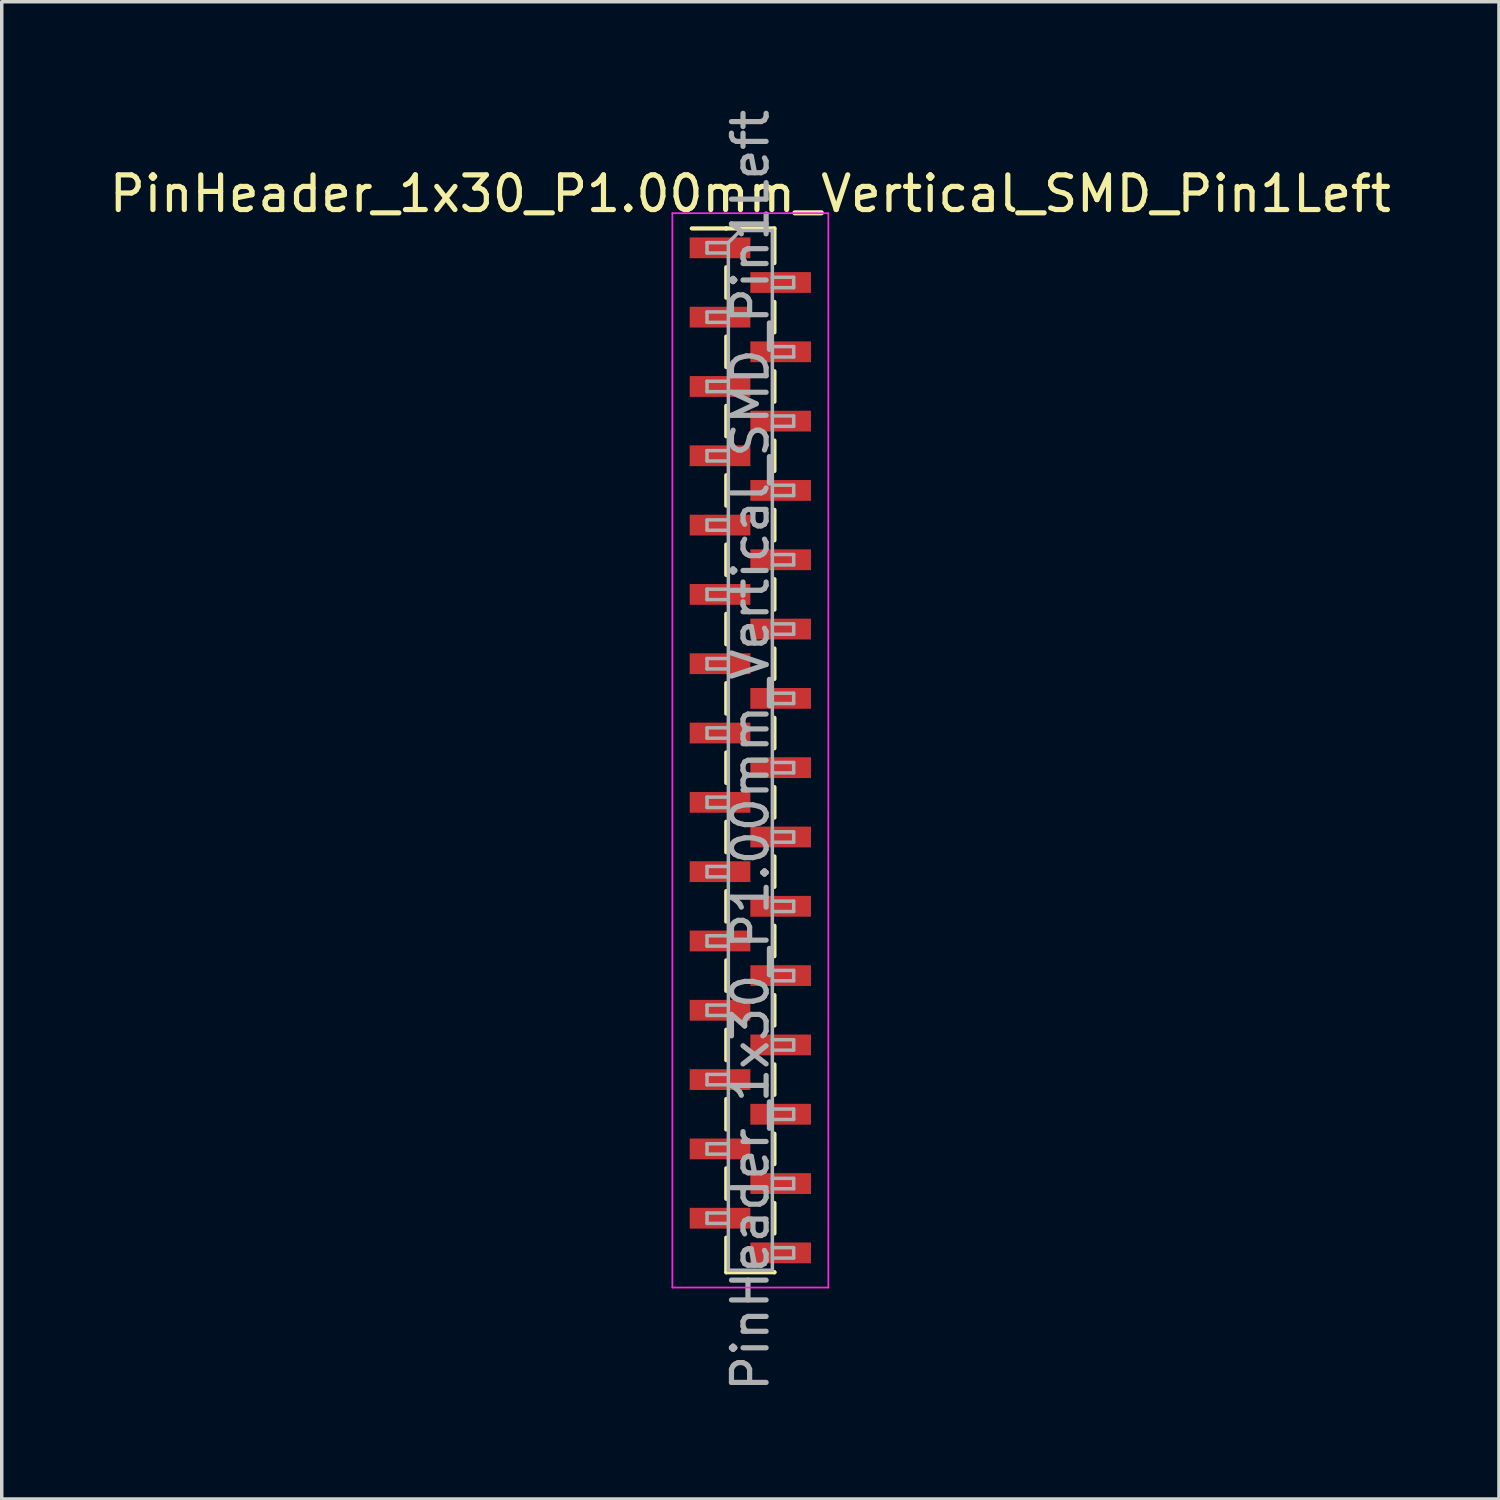
<source format=kicad_pcb>
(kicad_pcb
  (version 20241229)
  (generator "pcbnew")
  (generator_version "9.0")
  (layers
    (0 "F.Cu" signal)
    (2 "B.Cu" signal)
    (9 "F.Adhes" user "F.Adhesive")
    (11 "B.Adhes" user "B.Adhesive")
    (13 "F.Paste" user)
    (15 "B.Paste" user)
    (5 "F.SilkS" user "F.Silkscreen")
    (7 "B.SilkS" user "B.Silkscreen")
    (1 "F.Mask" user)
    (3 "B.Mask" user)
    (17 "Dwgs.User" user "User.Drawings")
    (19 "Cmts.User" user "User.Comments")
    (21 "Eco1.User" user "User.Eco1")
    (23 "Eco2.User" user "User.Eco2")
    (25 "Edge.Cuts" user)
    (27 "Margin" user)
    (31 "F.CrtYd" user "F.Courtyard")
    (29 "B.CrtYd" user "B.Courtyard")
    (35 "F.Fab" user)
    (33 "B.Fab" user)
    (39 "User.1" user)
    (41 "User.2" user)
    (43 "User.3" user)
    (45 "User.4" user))
  (footprint "PinHeader_1x30_P1.00mm_Vertical_SMD_Pin1Left"
    (layer "F.Cu")
    (at 18.601 18.601)
    (property "Reference" "PinHeader_1x30_P1.00mm_Vertical_SMD_Pin1Left" (at 0 -16.06 0) (layer "F.SilkS") (effects (font (size 1 1) (thickness 0.15))))
    (attr smd)
    (fp_line (start -0.695 -15.06) (end -1.69 -15.06) (stroke (width 0.12) (type solid)) (layer "F.SilkS"))
    (fp_line (start -0.695 -15.06) (end -0.695 -15.06) (stroke (width 0.12) (type solid)) (layer "F.SilkS"))
    (fp_line (start -0.695 -15.06) (end 0.695 -15.06) (stroke (width 0.12) (type solid)) (layer "F.SilkS"))
    (fp_line (start -0.695 -13.94) (end -0.695 -13.06) (stroke (width 0.12) (type solid)) (layer "F.SilkS"))
    (fp_line (start -0.695 -11.94) (end -0.695 -11.06) (stroke (width 0.12) (type solid)) (layer "F.SilkS"))
    (fp_line (start -0.695 -9.94) (end -0.695 -9.06) (stroke (width 0.12) (type solid)) (layer "F.SilkS"))
    (fp_line (start -0.695 -7.94) (end -0.695 -7.06) (stroke (width 0.12) (type solid)) (layer "F.SilkS"))
    (fp_line (start -0.695 -5.94) (end -0.695 -5.06) (stroke (width 0.12) (type solid)) (layer "F.SilkS"))
    (fp_line (start -0.695 -3.94) (end -0.695 -3.06) (stroke (width 0.12) (type solid)) (layer "F.SilkS"))
    (fp_line (start -0.695 -1.94) (end -0.695 -1.06) (stroke (width 0.12) (type solid)) (layer "F.SilkS"))
    (fp_line (start -0.695 0.06) (end -0.695 0.94) (stroke (width 0.12) (type solid)) (layer "F.SilkS"))
    (fp_line (start -0.695 2.06) (end -0.695 2.94) (stroke (width 0.12) (type solid)) (layer "F.SilkS"))
    (fp_line (start -0.695 4.06) (end -0.695 4.94) (stroke (width 0.12) (type solid)) (layer "F.SilkS"))
    (fp_line (start -0.695 6.06) (end -0.695 6.94) (stroke (width 0.12) (type solid)) (layer "F.SilkS"))
    (fp_line (start -0.695 8.06) (end -0.695 8.94) (stroke (width 0.12) (type solid)) (layer "F.SilkS"))
    (fp_line (start -0.695 10.06) (end -0.695 10.94) (stroke (width 0.12) (type solid)) (layer "F.SilkS"))
    (fp_line (start -0.695 12.06) (end -0.695 12.94) (stroke (width 0.12) (type solid)) (layer "F.SilkS"))
    (fp_line (start -0.695 14.06) (end -0.695 15.06) (stroke (width 0.12) (type solid)) (layer "F.SilkS"))
    (fp_line (start -0.695 15.06) (end 0.695 15.06) (stroke (width 0.12) (type solid)) (layer "F.SilkS"))
    (fp_line (start 0.695 -15.06) (end 0.695 -14.06) (stroke (width 0.12) (type solid)) (layer "F.SilkS"))
    (fp_line (start 0.695 -12.94) (end 0.695 -12.06) (stroke (width 0.12) (type solid)) (layer "F.SilkS"))
    (fp_line (start 0.695 -10.94) (end 0.695 -10.06) (stroke (width 0.12) (type solid)) (layer "F.SilkS"))
    (fp_line (start 0.695 -8.94) (end 0.695 -8.06) (stroke (width 0.12) (type solid)) (layer "F.SilkS"))
    (fp_line (start 0.695 -6.94) (end 0.695 -6.06) (stroke (width 0.12) (type solid)) (layer "F.SilkS"))
    (fp_line (start 0.695 -4.94) (end 0.695 -4.06) (stroke (width 0.12) (type solid)) (layer "F.SilkS"))
    (fp_line (start 0.695 -2.94) (end 0.695 -2.06) (stroke (width 0.12) (type solid)) (layer "F.SilkS"))
    (fp_line (start 0.695 -0.94) (end 0.695 -0.06) (stroke (width 0.12) (type solid)) (layer "F.SilkS"))
    (fp_line (start 0.695 1.06) (end 0.695 1.94) (stroke (width 0.12) (type solid)) (layer "F.SilkS"))
    (fp_line (start 0.695 3.06) (end 0.695 3.94) (stroke (width 0.12) (type solid)) (layer "F.SilkS"))
    (fp_line (start 0.695 5.06) (end 0.695 5.94) (stroke (width 0.12) (type solid)) (layer "F.SilkS"))
    (fp_line (start 0.695 7.06) (end 0.695 7.94) (stroke (width 0.12) (type solid)) (layer "F.SilkS"))
    (fp_line (start 0.695 9.06) (end 0.695 9.94) (stroke (width 0.12) (type solid)) (layer "F.SilkS"))
    (fp_line (start 0.695 11.06) (end 0.695 11.94) (stroke (width 0.12) (type solid)) (layer "F.SilkS"))
    (fp_line (start 0.695 13.06) (end 0.695 13.94) (stroke (width 0.12) (type solid)) (layer "F.SilkS"))
    (fp_line (start 0.695 15.06) (end 0.695 15.06) (stroke (width 0.12) (type solid)) (layer "F.SilkS"))
    (fp_line (start -2.25 -15.5) (end -2.25 15.5) (stroke (width 0.05) (type solid)) (layer "F.CrtYd"))
    (fp_line (start -2.25 15.5) (end 2.25 15.5) (stroke (width 0.05) (type solid)) (layer "F.CrtYd"))
    (fp_line (start 2.25 -15.5) (end -2.25 -15.5) (stroke (width 0.05) (type solid)) (layer "F.CrtYd"))
    (fp_line (start 2.25 15.5) (end 2.25 -15.5) (stroke (width 0.05) (type solid)) (layer "F.CrtYd"))
    (fp_line (start -1.25 -14.65) (end -1.25 -14.35) (stroke (width 0.1) (type solid)) (layer "F.Fab"))
    (fp_line (start -1.25 -14.35) (end -0.635 -14.35) (stroke (width 0.1) (type solid)) (layer "F.Fab"))
    (fp_line (start -1.25 -12.65) (end -1.25 -12.35) (stroke (width 0.1) (type solid)) (layer "F.Fab"))
    (fp_line (start -1.25 -12.35) (end -0.635 -12.35) (stroke (width 0.1) (type solid)) (layer "F.Fab"))
    (fp_line (start -1.25 -10.65) (end -1.25 -10.35) (stroke (width 0.1) (type solid)) (layer "F.Fab"))
    (fp_line (start -1.25 -10.35) (end -0.635 -10.35) (stroke (width 0.1) (type solid)) (layer "F.Fab"))
    (fp_line (start -1.25 -8.65) (end -1.25 -8.35) (stroke (width 0.1) (type solid)) (layer "F.Fab"))
    (fp_line (start -1.25 -8.35) (end -0.635 -8.35) (stroke (width 0.1) (type solid)) (layer "F.Fab"))
    (fp_line (start -1.25 -6.65) (end -1.25 -6.35) (stroke (width 0.1) (type solid)) (layer "F.Fab"))
    (fp_line (start -1.25 -6.35) (end -0.635 -6.35) (stroke (width 0.1) (type solid)) (layer "F.Fab"))
    (fp_line (start -1.25 -4.65) (end -1.25 -4.35) (stroke (width 0.1) (type solid)) (layer "F.Fab"))
    (fp_line (start -1.25 -4.35) (end -0.635 -4.35) (stroke (width 0.1) (type solid)) (layer "F.Fab"))
    (fp_line (start -1.25 -2.65) (end -1.25 -2.35) (stroke (width 0.1) (type solid)) (layer "F.Fab"))
    (fp_line (start -1.25 -2.35) (end -0.635 -2.35) (stroke (width 0.1) (type solid)) (layer "F.Fab"))
    (fp_line (start -1.25 -0.65) (end -1.25 -0.35) (stroke (width 0.1) (type solid)) (layer "F.Fab"))
    (fp_line (start -1.25 -0.35) (end -0.635 -0.35) (stroke (width 0.1) (type solid)) (layer "F.Fab"))
    (fp_line (start -1.25 1.35) (end -1.25 1.65) (stroke (width 0.1) (type solid)) (layer "F.Fab"))
    (fp_line (start -1.25 1.65) (end -0.635 1.65) (stroke (width 0.1) (type solid)) (layer "F.Fab"))
    (fp_line (start -1.25 3.35) (end -1.25 3.65) (stroke (width 0.1) (type solid)) (layer "F.Fab"))
    (fp_line (start -1.25 3.65) (end -0.635 3.65) (stroke (width 0.1) (type solid)) (layer "F.Fab"))
    (fp_line (start -1.25 5.35) (end -1.25 5.65) (stroke (width 0.1) (type solid)) (layer "F.Fab"))
    (fp_line (start -1.25 5.65) (end -0.635 5.65) (stroke (width 0.1) (type solid)) (layer "F.Fab"))
    (fp_line (start -1.25 7.35) (end -1.25 7.65) (stroke (width 0.1) (type solid)) (layer "F.Fab"))
    (fp_line (start -1.25 7.65) (end -0.635 7.65) (stroke (width 0.1) (type solid)) (layer "F.Fab"))
    (fp_line (start -1.25 9.35) (end -1.25 9.65) (stroke (width 0.1) (type solid)) (layer "F.Fab"))
    (fp_line (start -1.25 9.65) (end -0.635 9.65) (stroke (width 0.1) (type solid)) (layer "F.Fab"))
    (fp_line (start -1.25 11.35) (end -1.25 11.65) (stroke (width 0.1) (type solid)) (layer "F.Fab"))
    (fp_line (start -1.25 11.65) (end -0.635 11.65) (stroke (width 0.1) (type solid)) (layer "F.Fab"))
    (fp_line (start -1.25 13.35) (end -1.25 13.65) (stroke (width 0.1) (type solid)) (layer "F.Fab"))
    (fp_line (start -1.25 13.65) (end -0.635 13.65) (stroke (width 0.1) (type solid)) (layer "F.Fab"))
    (fp_line (start -0.635 -14.65) (end -1.25 -14.65) (stroke (width 0.1) (type solid)) (layer "F.Fab"))
    (fp_line (start -0.635 -14.65) (end -0.285 -15) (stroke (width 0.1) (type solid)) (layer "F.Fab"))
    (fp_line (start -0.635 -12.65) (end -1.25 -12.65) (stroke (width 0.1) (type solid)) (layer "F.Fab"))
    (fp_line (start -0.635 -10.65) (end -1.25 -10.65) (stroke (width 0.1) (type solid)) (layer "F.Fab"))
    (fp_line (start -0.635 -8.65) (end -1.25 -8.65) (stroke (width 0.1) (type solid)) (layer "F.Fab"))
    (fp_line (start -0.635 -6.65) (end -1.25 -6.65) (stroke (width 0.1) (type solid)) (layer "F.Fab"))
    (fp_line (start -0.635 -4.65) (end -1.25 -4.65) (stroke (width 0.1) (type solid)) (layer "F.Fab"))
    (fp_line (start -0.635 -2.65) (end -1.25 -2.65) (stroke (width 0.1) (type solid)) (layer "F.Fab"))
    (fp_line (start -0.635 -0.65) (end -1.25 -0.65) (stroke (width 0.1) (type solid)) (layer "F.Fab"))
    (fp_line (start -0.635 1.35) (end -1.25 1.35) (stroke (width 0.1) (type solid)) (layer "F.Fab"))
    (fp_line (start -0.635 3.35) (end -1.25 3.35) (stroke (width 0.1) (type solid)) (layer "F.Fab"))
    (fp_line (start -0.635 5.35) (end -1.25 5.35) (stroke (width 0.1) (type solid)) (layer "F.Fab"))
    (fp_line (start -0.635 7.35) (end -1.25 7.35) (stroke (width 0.1) (type solid)) (layer "F.Fab"))
    (fp_line (start -0.635 9.35) (end -1.25 9.35) (stroke (width 0.1) (type solid)) (layer "F.Fab"))
    (fp_line (start -0.635 11.35) (end -1.25 11.35) (stroke (width 0.1) (type solid)) (layer "F.Fab"))
    (fp_line (start -0.635 13.35) (end -1.25 13.35) (stroke (width 0.1) (type solid)) (layer "F.Fab"))
    (fp_line (start -0.635 15) (end -0.635 -14.65) (stroke (width 0.1) (type solid)) (layer "F.Fab"))
    (fp_line (start -0.285 -15) (end 0.635 -15) (stroke (width 0.1) (type solid)) (layer "F.Fab"))
    (fp_line (start 0.635 -15) (end 0.635 15) (stroke (width 0.1) (type solid)) (layer "F.Fab"))
    (fp_line (start 0.635 -13.65) (end 1.25 -13.65) (stroke (width 0.1) (type solid)) (layer "F.Fab"))
    (fp_line (start 0.635 -11.65) (end 1.25 -11.65) (stroke (width 0.1) (type solid)) (layer "F.Fab"))
    (fp_line (start 0.635 -9.65) (end 1.25 -9.65) (stroke (width 0.1) (type solid)) (layer "F.Fab"))
    (fp_line (start 0.635 -7.65) (end 1.25 -7.65) (stroke (width 0.1) (type solid)) (layer "F.Fab"))
    (fp_line (start 0.635 -5.65) (end 1.25 -5.65) (stroke (width 0.1) (type solid)) (layer "F.Fab"))
    (fp_line (start 0.635 -3.65) (end 1.25 -3.65) (stroke (width 0.1) (type solid)) (layer "F.Fab"))
    (fp_line (start 0.635 -1.65) (end 1.25 -1.65) (stroke (width 0.1) (type solid)) (layer "F.Fab"))
    (fp_line (start 0.635 0.35) (end 1.25 0.35) (stroke (width 0.1) (type solid)) (layer "F.Fab"))
    (fp_line (start 0.635 2.35) (end 1.25 2.35) (stroke (width 0.1) (type solid)) (layer "F.Fab"))
    (fp_line (start 0.635 4.35) (end 1.25 4.35) (stroke (width 0.1) (type solid)) (layer "F.Fab"))
    (fp_line (start 0.635 6.35) (end 1.25 6.35) (stroke (width 0.1) (type solid)) (layer "F.Fab"))
    (fp_line (start 0.635 8.35) (end 1.25 8.35) (stroke (width 0.1) (type solid)) (layer "F.Fab"))
    (fp_line (start 0.635 10.35) (end 1.25 10.35) (stroke (width 0.1) (type solid)) (layer "F.Fab"))
    (fp_line (start 0.635 12.35) (end 1.25 12.35) (stroke (width 0.1) (type solid)) (layer "F.Fab"))
    (fp_line (start 0.635 14.35) (end 1.25 14.35) (stroke (width 0.1) (type solid)) (layer "F.Fab"))
    (fp_line (start 0.635 15) (end -0.635 15) (stroke (width 0.1) (type solid)) (layer "F.Fab"))
    (fp_line (start 1.25 -13.65) (end 1.25 -13.35) (stroke (width 0.1) (type solid)) (layer "F.Fab"))
    (fp_line (start 1.25 -13.35) (end 0.635 -13.35) (stroke (width 0.1) (type solid)) (layer "F.Fab"))
    (fp_line (start 1.25 -11.65) (end 1.25 -11.35) (stroke (width 0.1) (type solid)) (layer "F.Fab"))
    (fp_line (start 1.25 -11.35) (end 0.635 -11.35) (stroke (width 0.1) (type solid)) (layer "F.Fab"))
    (fp_line (start 1.25 -9.65) (end 1.25 -9.35) (stroke (width 0.1) (type solid)) (layer "F.Fab"))
    (fp_line (start 1.25 -9.35) (end 0.635 -9.35) (stroke (width 0.1) (type solid)) (layer "F.Fab"))
    (fp_line (start 1.25 -7.65) (end 1.25 -7.35) (stroke (width 0.1) (type solid)) (layer "F.Fab"))
    (fp_line (start 1.25 -7.35) (end 0.635 -7.35) (stroke (width 0.1) (type solid)) (layer "F.Fab"))
    (fp_line (start 1.25 -5.65) (end 1.25 -5.35) (stroke (width 0.1) (type solid)) (layer "F.Fab"))
    (fp_line (start 1.25 -5.35) (end 0.635 -5.35) (stroke (width 0.1) (type solid)) (layer "F.Fab"))
    (fp_line (start 1.25 -3.65) (end 1.25 -3.35) (stroke (width 0.1) (type solid)) (layer "F.Fab"))
    (fp_line (start 1.25 -3.35) (end 0.635 -3.35) (stroke (width 0.1) (type solid)) (layer "F.Fab"))
    (fp_line (start 1.25 -1.65) (end 1.25 -1.35) (stroke (width 0.1) (type solid)) (layer "F.Fab"))
    (fp_line (start 1.25 -1.35) (end 0.635 -1.35) (stroke (width 0.1) (type solid)) (layer "F.Fab"))
    (fp_line (start 1.25 0.35) (end 1.25 0.65) (stroke (width 0.1) (type solid)) (layer "F.Fab"))
    (fp_line (start 1.25 0.65) (end 0.635 0.65) (stroke (width 0.1) (type solid)) (layer "F.Fab"))
    (fp_line (start 1.25 2.35) (end 1.25 2.65) (stroke (width 0.1) (type solid)) (layer "F.Fab"))
    (fp_line (start 1.25 2.65) (end 0.635 2.65) (stroke (width 0.1) (type solid)) (layer "F.Fab"))
    (fp_line (start 1.25 4.35) (end 1.25 4.65) (stroke (width 0.1) (type solid)) (layer "F.Fab"))
    (fp_line (start 1.25 4.65) (end 0.635 4.65) (stroke (width 0.1) (type solid)) (layer "F.Fab"))
    (fp_line (start 1.25 6.35) (end 1.25 6.65) (stroke (width 0.1) (type solid)) (layer "F.Fab"))
    (fp_line (start 1.25 6.65) (end 0.635 6.65) (stroke (width 0.1) (type solid)) (layer "F.Fab"))
    (fp_line (start 1.25 8.35) (end 1.25 8.65) (stroke (width 0.1) (type solid)) (layer "F.Fab"))
    (fp_line (start 1.25 8.65) (end 0.635 8.65) (stroke (width 0.1) (type solid)) (layer "F.Fab"))
    (fp_line (start 1.25 10.35) (end 1.25 10.65) (stroke (width 0.1) (type solid)) (layer "F.Fab"))
    (fp_line (start 1.25 10.65) (end 0.635 10.65) (stroke (width 0.1) (type solid)) (layer "F.Fab"))
    (fp_line (start 1.25 12.35) (end 1.25 12.65) (stroke (width 0.1) (type solid)) (layer "F.Fab"))
    (fp_line (start 1.25 12.65) (end 0.635 12.65) (stroke (width 0.1) (type solid)) (layer "F.Fab"))
    (fp_line (start 1.25 14.35) (end 1.25 14.65) (stroke (width 0.1) (type solid)) (layer "F.Fab"))
    (fp_line (start 1.25 14.65) (end 0.635 14.65) (stroke (width 0.1) (type solid)) (layer "F.Fab"))
    (fp_text user "${REFERENCE}" (at 0 0 90) (layer "F.Fab") (effects (font (size 1 1) (thickness 0.15))))
    (pad "1" smd rect (at -0.875 -14.5) (size 1.75 0.6) (layers "F.Cu" "F.Mask" "F.Paste"))
    (pad "2" smd rect (at 0.875 -13.5) (size 1.75 0.6) (layers "F.Cu" "F.Mask" "F.Paste"))
    (pad "3" smd rect (at -0.875 -12.5) (size 1.75 0.6) (layers "F.Cu" "F.Mask" "F.Paste"))
    (pad "4" smd rect (at 0.875 -11.5) (size 1.75 0.6) (layers "F.Cu" "F.Mask" "F.Paste"))
    (pad "5" smd rect (at -0.875 -10.5) (size 1.75 0.6) (layers "F.Cu" "F.Mask" "F.Paste"))
    (pad "6" smd rect (at 0.875 -9.5) (size 1.75 0.6) (layers "F.Cu" "F.Mask" "F.Paste"))
    (pad "7" smd rect (at -0.875 -8.5) (size 1.75 0.6) (layers "F.Cu" "F.Mask" "F.Paste"))
    (pad "8" smd rect (at 0.875 -7.5) (size 1.75 0.6) (layers "F.Cu" "F.Mask" "F.Paste"))
    (pad "9" smd rect (at -0.875 -6.5) (size 1.75 0.6) (layers "F.Cu" "F.Mask" "F.Paste"))
    (pad "10" smd rect (at 0.875 -5.5) (size 1.75 0.6) (layers "F.Cu" "F.Mask" "F.Paste"))
    (pad "11" smd rect (at -0.875 -4.5) (size 1.75 0.6) (layers "F.Cu" "F.Mask" "F.Paste"))
    (pad "12" smd rect (at 0.875 -3.5) (size 1.75 0.6) (layers "F.Cu" "F.Mask" "F.Paste"))
    (pad "13" smd rect (at -0.875 -2.5) (size 1.75 0.6) (layers "F.Cu" "F.Mask" "F.Paste"))
    (pad "14" smd rect (at 0.875 -1.5) (size 1.75 0.6) (layers "F.Cu" "F.Mask" "F.Paste"))
    (pad "15" smd rect (at -0.875 -0.5) (size 1.75 0.6) (layers "F.Cu" "F.Mask" "F.Paste"))
    (pad "16" smd rect (at 0.875 0.5) (size 1.75 0.6) (layers "F.Cu" "F.Mask" "F.Paste"))
    (pad "17" smd rect (at -0.875 1.5) (size 1.75 0.6) (layers "F.Cu" "F.Mask" "F.Paste"))
    (pad "18" smd rect (at 0.875 2.5) (size 1.75 0.6) (layers "F.Cu" "F.Mask" "F.Paste"))
    (pad "19" smd rect (at -0.875 3.5) (size 1.75 0.6) (layers "F.Cu" "F.Mask" "F.Paste"))
    (pad "20" smd rect (at 0.875 4.5) (size 1.75 0.6) (layers "F.Cu" "F.Mask" "F.Paste"))
    (pad "21" smd rect (at -0.875 5.5) (size 1.75 0.6) (layers "F.Cu" "F.Mask" "F.Paste"))
    (pad "22" smd rect (at 0.875 6.5) (size 1.75 0.6) (layers "F.Cu" "F.Mask" "F.Paste"))
    (pad "23" smd rect (at -0.875 7.5) (size 1.75 0.6) (layers "F.Cu" "F.Mask" "F.Paste"))
    (pad "24" smd rect (at 0.875 8.5) (size 1.75 0.6) (layers "F.Cu" "F.Mask" "F.Paste"))
    (pad "25" smd rect (at -0.875 9.5) (size 1.75 0.6) (layers "F.Cu" "F.Mask" "F.Paste"))
    (pad "26" smd rect (at 0.875 10.5) (size 1.75 0.6) (layers "F.Cu" "F.Mask" "F.Paste"))
    (pad "27" smd rect (at -0.875 11.5) (size 1.75 0.6) (layers "F.Cu" "F.Mask" "F.Paste"))
    (pad "28" smd rect (at 0.875 12.5) (size 1.75 0.6) (layers "F.Cu" "F.Mask" "F.Paste"))
    (pad "29" smd rect (at -0.875 13.5) (size 1.75 0.6) (layers "F.Cu" "F.Mask" "F.Paste"))
    (pad "30" smd rect (at 0.875 14.5) (size 1.75 0.6) (layers "F.Cu" "F.Mask" "F.Paste")))
  (gr_rect
    (start -3 -3)
    (end 40.202 40.202)
    (stroke (width 0.1) (type default))
    (fill no)
    (layer "Edge.Cuts")))
</source>
